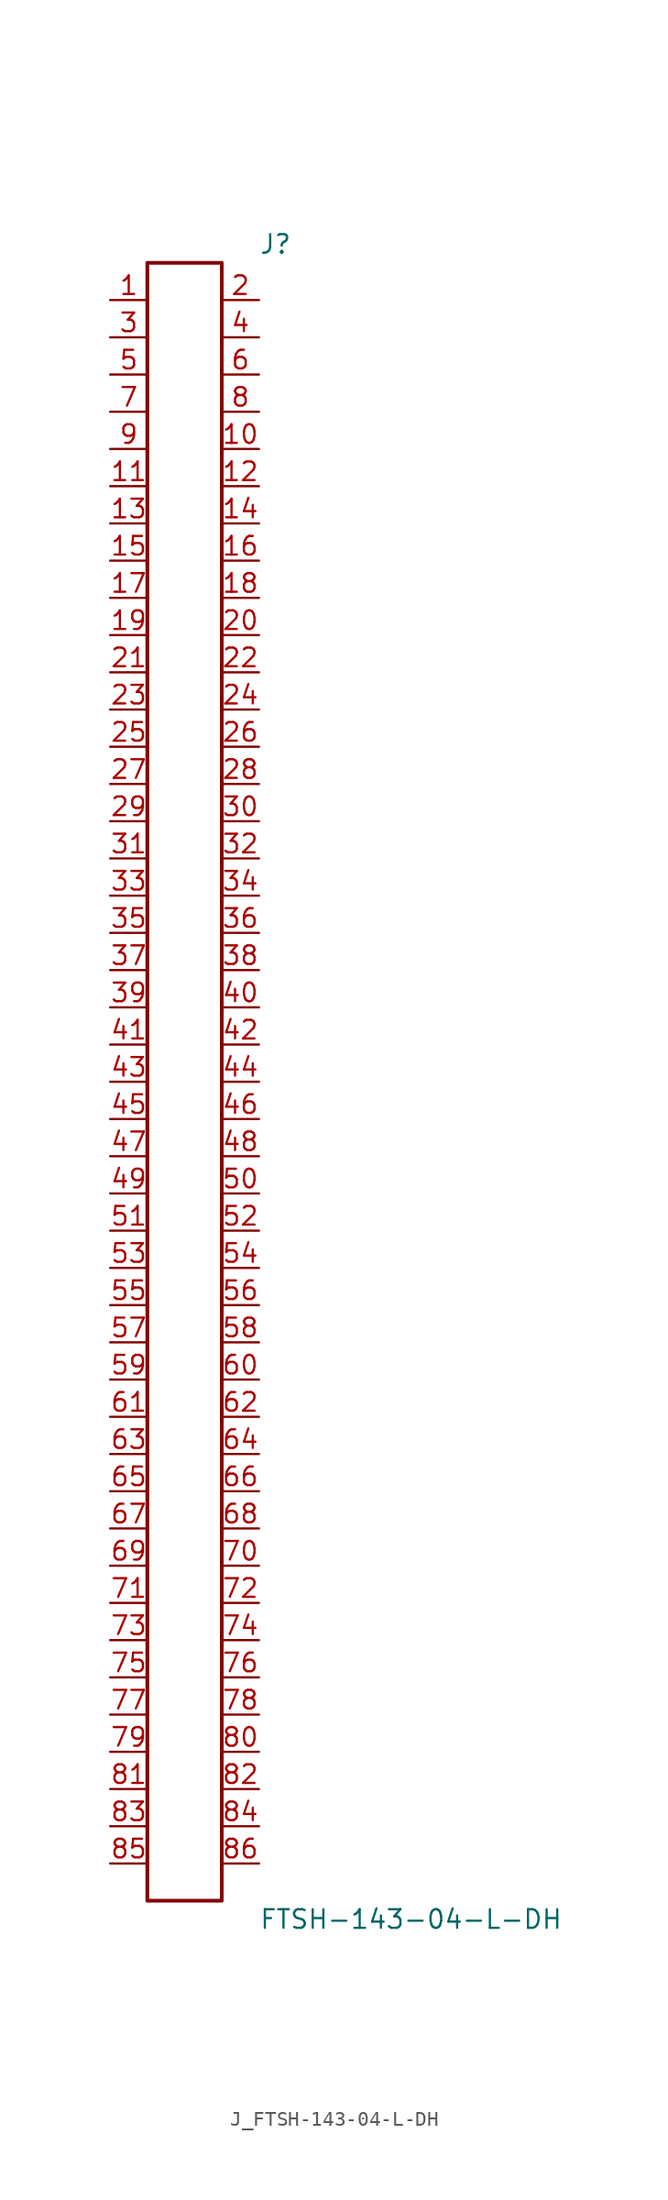
<source format=kicad_sym>
(kicad_symbol_lib
  (version 20231120)
  (generator kicad_symbol_editor)
  (generator_version 8.0)
  (symbol "J_FTSH-143-04-L-DH"
    (pin_names
      (offset 0.254))
    (property "Reference" "J"
      (at 5.08 57.15 0)
      (effects (font (size 1.27 1.27)) (justify left)))
    (property "Value" "FTSH-143-04-L-DH"
      (at 5.08 -57.15 0)
      (effects (font (size 1.27 1.27)) (justify left)))
    (symbol "J_FTSH-143-04-L-DH_0_0"
      (pin unspecified line (at -5.08 53.34 0) (length 2.54) (name "" (effects (font (size 1.27 1.27)))) (number "1" (effects (font (size 1.27 1.27)))))
      (pin unspecified line (at 5.08 53.34 180) (length 2.54) (name "" (effects (font (size 1.27 1.27)))) (number "2" (effects (font (size 1.27 1.27)))))
      (pin unspecified line (at -5.08 50.8 0) (length 2.54) (name "" (effects (font (size 1.27 1.27)))) (number "3" (effects (font (size 1.27 1.27)))))
      (pin unspecified line (at 5.08 50.8 180) (length 2.54) (name "" (effects (font (size 1.27 1.27)))) (number "4" (effects (font (size 1.27 1.27)))))
      (pin unspecified line (at -5.08 48.26 0) (length 2.54) (name "" (effects (font (size 1.27 1.27)))) (number "5" (effects (font (size 1.27 1.27)))))
      (pin unspecified line (at 5.08 48.26 180) (length 2.54) (name "" (effects (font (size 1.27 1.27)))) (number "6" (effects (font (size 1.27 1.27)))))
      (pin unspecified line (at -5.08 45.72 0) (length 2.54) (name "" (effects (font (size 1.27 1.27)))) (number "7" (effects (font (size 1.27 1.27)))))
      (pin unspecified line (at 5.08 45.72 180) (length 2.54) (name "" (effects (font (size 1.27 1.27)))) (number "8" (effects (font (size 1.27 1.27)))))
      (pin unspecified line (at -5.08 43.18 0) (length 2.54) (name "" (effects (font (size 1.27 1.27)))) (number "9" (effects (font (size 1.27 1.27)))))
      (pin unspecified line (at 5.08 43.18 180) (length 2.54) (name "" (effects (font (size 1.27 1.27)))) (number "10" (effects (font (size 1.27 1.27)))))
      (pin unspecified line (at -5.08 40.64 0) (length 2.54) (name "" (effects (font (size 1.27 1.27)))) (number "11" (effects (font (size 1.27 1.27)))))
      (pin unspecified line (at 5.08 40.64 180) (length 2.54) (name "" (effects (font (size 1.27 1.27)))) (number "12" (effects (font (size 1.27 1.27)))))
      (pin unspecified line (at -5.08 38.1 0) (length 2.54) (name "" (effects (font (size 1.27 1.27)))) (number "13" (effects (font (size 1.27 1.27)))))
      (pin unspecified line (at 5.08 38.1 180) (length 2.54) (name "" (effects (font (size 1.27 1.27)))) (number "14" (effects (font (size 1.27 1.27)))))
      (pin unspecified line (at -5.08 35.56 0) (length 2.54) (name "" (effects (font (size 1.27 1.27)))) (number "15" (effects (font (size 1.27 1.27)))))
      (pin unspecified line (at 5.08 35.56 180) (length 2.54) (name "" (effects (font (size 1.27 1.27)))) (number "16" (effects (font (size 1.27 1.27)))))
      (pin unspecified line (at -5.08 33.02 0) (length 2.54) (name "" (effects (font (size 1.27 1.27)))) (number "17" (effects (font (size 1.27 1.27)))))
      (pin unspecified line (at 5.08 33.02 180) (length 2.54) (name "" (effects (font (size 1.27 1.27)))) (number "18" (effects (font (size 1.27 1.27)))))
      (pin unspecified line (at -5.08 30.48 0) (length 2.54) (name "" (effects (font (size 1.27 1.27)))) (number "19" (effects (font (size 1.27 1.27)))))
      (pin unspecified line (at 5.08 30.48 180) (length 2.54) (name "" (effects (font (size 1.27 1.27)))) (number "20" (effects (font (size 1.27 1.27)))))
      (pin unspecified line (at -5.08 27.94 0) (length 2.54) (name "" (effects (font (size 1.27 1.27)))) (number "21" (effects (font (size 1.27 1.27)))))
      (pin unspecified line (at 5.08 27.94 180) (length 2.54) (name "" (effects (font (size 1.27 1.27)))) (number "22" (effects (font (size 1.27 1.27)))))
      (pin unspecified line (at -5.08 25.4 0) (length 2.54) (name "" (effects (font (size 1.27 1.27)))) (number "23" (effects (font (size 1.27 1.27)))))
      (pin unspecified line (at 5.08 25.4 180) (length 2.54) (name "" (effects (font (size 1.27 1.27)))) (number "24" (effects (font (size 1.27 1.27)))))
      (pin unspecified line (at -5.08 22.86 0) (length 2.54) (name "" (effects (font (size 1.27 1.27)))) (number "25" (effects (font (size 1.27 1.27)))))
      (pin unspecified line (at 5.08 22.86 180) (length 2.54) (name "" (effects (font (size 1.27 1.27)))) (number "26" (effects (font (size 1.27 1.27)))))
      (pin unspecified line (at -5.08 20.32 0) (length 2.54) (name "" (effects (font (size 1.27 1.27)))) (number "27" (effects (font (size 1.27 1.27)))))
      (pin unspecified line (at 5.08 20.32 180) (length 2.54) (name "" (effects (font (size 1.27 1.27)))) (number "28" (effects (font (size 1.27 1.27)))))
      (pin unspecified line (at -5.08 17.78 0) (length 2.54) (name "" (effects (font (size 1.27 1.27)))) (number "29" (effects (font (size 1.27 1.27)))))
      (pin unspecified line (at 5.08 17.78 180) (length 2.54) (name "" (effects (font (size 1.27 1.27)))) (number "30" (effects (font (size 1.27 1.27)))))
      (pin unspecified line (at -5.08 15.24 0) (length 2.54) (name "" (effects (font (size 1.27 1.27)))) (number "31" (effects (font (size 1.27 1.27)))))
      (pin unspecified line (at 5.08 15.24 180) (length 2.54) (name "" (effects (font (size 1.27 1.27)))) (number "32" (effects (font (size 1.27 1.27)))))
      (pin unspecified line (at -5.08 12.7 0) (length 2.54) (name "" (effects (font (size 1.27 1.27)))) (number "33" (effects (font (size 1.27 1.27)))))
      (pin unspecified line (at 5.08 12.7 180) (length 2.54) (name "" (effects (font (size 1.27 1.27)))) (number "34" (effects (font (size 1.27 1.27)))))
      (pin unspecified line (at -5.08 10.16 0) (length 2.54) (name "" (effects (font (size 1.27 1.27)))) (number "35" (effects (font (size 1.27 1.27)))))
      (pin unspecified line (at 5.08 10.16 180) (length 2.54) (name "" (effects (font (size 1.27 1.27)))) (number "36" (effects (font (size 1.27 1.27)))))
      (pin unspecified line (at -5.08 7.62 0) (length 2.54) (name "" (effects (font (size 1.27 1.27)))) (number "37" (effects (font (size 1.27 1.27)))))
      (pin unspecified line (at 5.08 7.62 180) (length 2.54) (name "" (effects (font (size 1.27 1.27)))) (number "38" (effects (font (size 1.27 1.27)))))
      (pin unspecified line (at -5.08 5.08 0) (length 2.54) (name "" (effects (font (size 1.27 1.27)))) (number "39" (effects (font (size 1.27 1.27)))))
      (pin unspecified line (at 5.08 5.08 180) (length 2.54) (name "" (effects (font (size 1.27 1.27)))) (number "40" (effects (font (size 1.27 1.27)))))
      (pin unspecified line (at -5.08 2.54 0) (length 2.54) (name "" (effects (font (size 1.27 1.27)))) (number "41" (effects (font (size 1.27 1.27)))))
      (pin unspecified line (at 5.08 2.54 180) (length 2.54) (name "" (effects (font (size 1.27 1.27)))) (number "42" (effects (font (size 1.27 1.27)))))
      (pin unspecified line (at -5.08 0.0 0) (length 2.54) (name "" (effects (font (size 1.27 1.27)))) (number "43" (effects (font (size 1.27 1.27)))))
      (pin unspecified line (at 5.08 0.0 180) (length 2.54) (name "" (effects (font (size 1.27 1.27)))) (number "44" (effects (font (size 1.27 1.27)))))
      (pin unspecified line (at -5.08 -2.54 0) (length 2.54) (name "" (effects (font (size 1.27 1.27)))) (number "45" (effects (font (size 1.27 1.27)))))
      (pin unspecified line (at 5.08 -2.54 180) (length 2.54) (name "" (effects (font (size 1.27 1.27)))) (number "46" (effects (font (size 1.27 1.27)))))
      (pin unspecified line (at -5.08 -5.08 0) (length 2.54) (name "" (effects (font (size 1.27 1.27)))) (number "47" (effects (font (size 1.27 1.27)))))
      (pin unspecified line (at 5.08 -5.08 180) (length 2.54) (name "" (effects (font (size 1.27 1.27)))) (number "48" (effects (font (size 1.27 1.27)))))
      (pin unspecified line (at -5.08 -7.62 0) (length 2.54) (name "" (effects (font (size 1.27 1.27)))) (number "49" (effects (font (size 1.27 1.27)))))
      (pin unspecified line (at 5.08 -7.62 180) (length 2.54) (name "" (effects (font (size 1.27 1.27)))) (number "50" (effects (font (size 1.27 1.27)))))
      (pin unspecified line (at -5.08 -10.16 0) (length 2.54) (name "" (effects (font (size 1.27 1.27)))) (number "51" (effects (font (size 1.27 1.27)))))
      (pin unspecified line (at 5.08 -10.16 180) (length 2.54) (name "" (effects (font (size 1.27 1.27)))) (number "52" (effects (font (size 1.27 1.27)))))
      (pin unspecified line (at -5.08 -12.7 0) (length 2.54) (name "" (effects (font (size 1.27 1.27)))) (number "53" (effects (font (size 1.27 1.27)))))
      (pin unspecified line (at 5.08 -12.7 180) (length 2.54) (name "" (effects (font (size 1.27 1.27)))) (number "54" (effects (font (size 1.27 1.27)))))
      (pin unspecified line (at -5.08 -15.24 0) (length 2.54) (name "" (effects (font (size 1.27 1.27)))) (number "55" (effects (font (size 1.27 1.27)))))
      (pin unspecified line (at 5.08 -15.24 180) (length 2.54) (name "" (effects (font (size 1.27 1.27)))) (number "56" (effects (font (size 1.27 1.27)))))
      (pin unspecified line (at -5.08 -17.78 0) (length 2.54) (name "" (effects (font (size 1.27 1.27)))) (number "57" (effects (font (size 1.27 1.27)))))
      (pin unspecified line (at 5.08 -17.78 180) (length 2.54) (name "" (effects (font (size 1.27 1.27)))) (number "58" (effects (font (size 1.27 1.27)))))
      (pin unspecified line (at -5.08 -20.32 0) (length 2.54) (name "" (effects (font (size 1.27 1.27)))) (number "59" (effects (font (size 1.27 1.27)))))
      (pin unspecified line (at 5.08 -20.32 180) (length 2.54) (name "" (effects (font (size 1.27 1.27)))) (number "60" (effects (font (size 1.27 1.27)))))
      (pin unspecified line (at -5.08 -22.86 0) (length 2.54) (name "" (effects (font (size 1.27 1.27)))) (number "61" (effects (font (size 1.27 1.27)))))
      (pin unspecified line (at 5.08 -22.86 180) (length 2.54) (name "" (effects (font (size 1.27 1.27)))) (number "62" (effects (font (size 1.27 1.27)))))
      (pin unspecified line (at -5.08 -25.4 0) (length 2.54) (name "" (effects (font (size 1.27 1.27)))) (number "63" (effects (font (size 1.27 1.27)))))
      (pin unspecified line (at 5.08 -25.4 180) (length 2.54) (name "" (effects (font (size 1.27 1.27)))) (number "64" (effects (font (size 1.27 1.27)))))
      (pin unspecified line (at -5.08 -27.94 0) (length 2.54) (name "" (effects (font (size 1.27 1.27)))) (number "65" (effects (font (size 1.27 1.27)))))
      (pin unspecified line (at 5.08 -27.94 180) (length 2.54) (name "" (effects (font (size 1.27 1.27)))) (number "66" (effects (font (size 1.27 1.27)))))
      (pin unspecified line (at -5.08 -30.48 0) (length 2.54) (name "" (effects (font (size 1.27 1.27)))) (number "67" (effects (font (size 1.27 1.27)))))
      (pin unspecified line (at 5.08 -30.48 180) (length 2.54) (name "" (effects (font (size 1.27 1.27)))) (number "68" (effects (font (size 1.27 1.27)))))
      (pin unspecified line (at -5.08 -33.02 0) (length 2.54) (name "" (effects (font (size 1.27 1.27)))) (number "69" (effects (font (size 1.27 1.27)))))
      (pin unspecified line (at 5.08 -33.02 180) (length 2.54) (name "" (effects (font (size 1.27 1.27)))) (number "70" (effects (font (size 1.27 1.27)))))
      (pin unspecified line (at -5.08 -35.56 0) (length 2.54) (name "" (effects (font (size 1.27 1.27)))) (number "71" (effects (font (size 1.27 1.27)))))
      (pin unspecified line (at 5.08 -35.56 180) (length 2.54) (name "" (effects (font (size 1.27 1.27)))) (number "72" (effects (font (size 1.27 1.27)))))
      (pin unspecified line (at -5.08 -38.1 0) (length 2.54) (name "" (effects (font (size 1.27 1.27)))) (number "73" (effects (font (size 1.27 1.27)))))
      (pin unspecified line (at 5.08 -38.1 180) (length 2.54) (name "" (effects (font (size 1.27 1.27)))) (number "74" (effects (font (size 1.27 1.27)))))
      (pin unspecified line (at -5.08 -40.64 0) (length 2.54) (name "" (effects (font (size 1.27 1.27)))) (number "75" (effects (font (size 1.27 1.27)))))
      (pin unspecified line (at 5.08 -40.64 180) (length 2.54) (name "" (effects (font (size 1.27 1.27)))) (number "76" (effects (font (size 1.27 1.27)))))
      (pin unspecified line (at -5.08 -43.18 0) (length 2.54) (name "" (effects (font (size 1.27 1.27)))) (number "77" (effects (font (size 1.27 1.27)))))
      (pin unspecified line (at 5.08 -43.18 180) (length 2.54) (name "" (effects (font (size 1.27 1.27)))) (number "78" (effects (font (size 1.27 1.27)))))
      (pin unspecified line (at -5.08 -45.72 0) (length 2.54) (name "" (effects (font (size 1.27 1.27)))) (number "79" (effects (font (size 1.27 1.27)))))
      (pin unspecified line (at 5.08 -45.72 180) (length 2.54) (name "" (effects (font (size 1.27 1.27)))) (number "80" (effects (font (size 1.27 1.27)))))
      (pin unspecified line (at -5.08 -48.26 0) (length 2.54) (name "" (effects (font (size 1.27 1.27)))) (number "81" (effects (font (size 1.27 1.27)))))
      (pin unspecified line (at 5.08 -48.26 180) (length 2.54) (name "" (effects (font (size 1.27 1.27)))) (number "82" (effects (font (size 1.27 1.27)))))
      (pin unspecified line (at -5.08 -50.8 0) (length 2.54) (name "" (effects (font (size 1.27 1.27)))) (number "83" (effects (font (size 1.27 1.27)))))
      (pin unspecified line (at 5.08 -50.8 180) (length 2.54) (name "" (effects (font (size 1.27 1.27)))) (number "84" (effects (font (size 1.27 1.27)))))
      (pin unspecified line (at -5.08 -53.34 0) (length 2.54) (name "" (effects (font (size 1.27 1.27)))) (number "85" (effects (font (size 1.27 1.27)))))
      (pin unspecified line (at 5.08 -53.34 180) (length 2.54) (name "" (effects (font (size 1.27 1.27)))) (number "86" (effects (font (size 1.27 1.27))))))
    (symbol "J_FTSH-143-04-L-DH_1_0"
      (rectangle (start -2.54 55.88) (end 2.54 -55.88) (stroke (width 0.254) (type solid)) (fill (type none))))))
</source>
